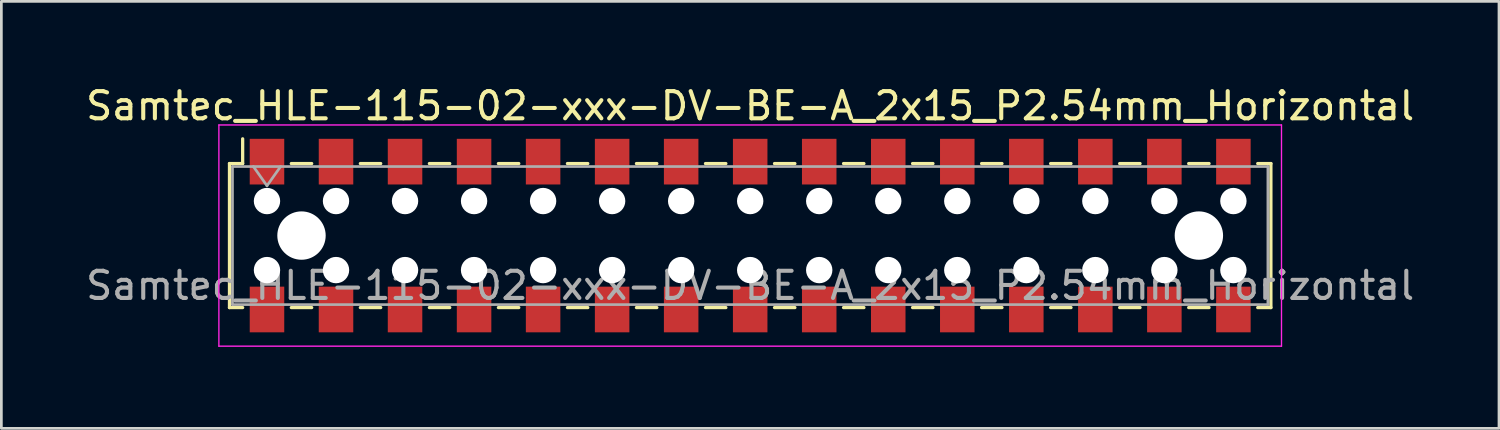
<source format=kicad_pcb>
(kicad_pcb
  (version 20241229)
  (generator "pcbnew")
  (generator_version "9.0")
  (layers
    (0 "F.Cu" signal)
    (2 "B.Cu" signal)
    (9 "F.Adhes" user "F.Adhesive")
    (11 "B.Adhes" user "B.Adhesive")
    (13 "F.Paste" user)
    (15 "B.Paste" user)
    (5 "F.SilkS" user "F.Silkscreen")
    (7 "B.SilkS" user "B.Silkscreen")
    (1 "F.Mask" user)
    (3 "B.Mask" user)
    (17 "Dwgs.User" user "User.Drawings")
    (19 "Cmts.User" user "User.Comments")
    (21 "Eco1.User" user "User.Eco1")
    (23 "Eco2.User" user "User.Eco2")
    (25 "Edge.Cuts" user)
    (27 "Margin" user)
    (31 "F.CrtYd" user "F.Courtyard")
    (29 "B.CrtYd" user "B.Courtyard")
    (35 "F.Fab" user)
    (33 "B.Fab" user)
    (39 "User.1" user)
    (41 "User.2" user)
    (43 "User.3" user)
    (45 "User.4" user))
  (footprint "Samtec_HLE-115-02-xxx-DV-BE-A_2x15_P2.54mm_Horizontal"
    (layer "F.Cu")
    (at 24.554 5.618)
    (property "Reference" "Samtec_HLE-115-02-xxx-DV-BE-A_2x15_P2.54mm_Horizontal" (at 0 -4.77 0) (layer "F.SilkS") (effects (font (size 1 1) (thickness 0.15))))
    (attr smd)
    (fp_line (start -19.16 -2.65) (end -19.16 2.65) (stroke (width 0.12) (type solid)) (layer "F.SilkS"))
    (fp_line (start -19.16 2.65) (end -18.675 2.65) (stroke (width 0.12) (type solid)) (layer "F.SilkS"))
    (fp_line (start -18.675 -3.56) (end -18.675 -2.65) (stroke (width 0.12) (type solid)) (layer "F.SilkS"))
    (fp_line (start -18.675 -2.65) (end -19.16 -2.65) (stroke (width 0.12) (type solid)) (layer "F.SilkS"))
    (fp_line (start -16.885 -2.65) (end -16.135 -2.65) (stroke (width 0.12) (type solid)) (layer "F.SilkS"))
    (fp_line (start -16.885 2.65) (end -16.135 2.65) (stroke (width 0.12) (type solid)) (layer "F.SilkS"))
    (fp_line (start -14.345 -2.65) (end -13.595 -2.65) (stroke (width 0.12) (type solid)) (layer "F.SilkS"))
    (fp_line (start -14.345 2.65) (end -13.595 2.65) (stroke (width 0.12) (type solid)) (layer "F.SilkS"))
    (fp_line (start -11.805 -2.65) (end -11.055 -2.65) (stroke (width 0.12) (type solid)) (layer "F.SilkS"))
    (fp_line (start -11.805 2.65) (end -11.055 2.65) (stroke (width 0.12) (type solid)) (layer "F.SilkS"))
    (fp_line (start -9.265 -2.65) (end -8.515 -2.65) (stroke (width 0.12) (type solid)) (layer "F.SilkS"))
    (fp_line (start -9.265 2.65) (end -8.515 2.65) (stroke (width 0.12) (type solid)) (layer "F.SilkS"))
    (fp_line (start -6.725 -2.65) (end -5.975 -2.65) (stroke (width 0.12) (type solid)) (layer "F.SilkS"))
    (fp_line (start -6.725 2.65) (end -5.975 2.65) (stroke (width 0.12) (type solid)) (layer "F.SilkS"))
    (fp_line (start -4.185 -2.65) (end -3.435 -2.65) (stroke (width 0.12) (type solid)) (layer "F.SilkS"))
    (fp_line (start -4.185 2.65) (end -3.435 2.65) (stroke (width 0.12) (type solid)) (layer "F.SilkS"))
    (fp_line (start -1.645 -2.65) (end -0.895 -2.65) (stroke (width 0.12) (type solid)) (layer "F.SilkS"))
    (fp_line (start -1.645 2.65) (end -0.895 2.65) (stroke (width 0.12) (type solid)) (layer "F.SilkS"))
    (fp_line (start 0.895 -2.65) (end 1.645 -2.65) (stroke (width 0.12) (type solid)) (layer "F.SilkS"))
    (fp_line (start 0.895 2.65) (end 1.645 2.65) (stroke (width 0.12) (type solid)) (layer "F.SilkS"))
    (fp_line (start 3.435 -2.65) (end 4.185 -2.65) (stroke (width 0.12) (type solid)) (layer "F.SilkS"))
    (fp_line (start 3.435 2.65) (end 4.185 2.65) (stroke (width 0.12) (type solid)) (layer "F.SilkS"))
    (fp_line (start 5.975 -2.65) (end 6.725 -2.65) (stroke (width 0.12) (type solid)) (layer "F.SilkS"))
    (fp_line (start 5.975 2.65) (end 6.725 2.65) (stroke (width 0.12) (type solid)) (layer "F.SilkS"))
    (fp_line (start 8.515 -2.65) (end 9.265 -2.65) (stroke (width 0.12) (type solid)) (layer "F.SilkS"))
    (fp_line (start 8.515 2.65) (end 9.265 2.65) (stroke (width 0.12) (type solid)) (layer "F.SilkS"))
    (fp_line (start 11.055 -2.65) (end 11.805 -2.65) (stroke (width 0.12) (type solid)) (layer "F.SilkS"))
    (fp_line (start 11.055 2.65) (end 11.805 2.65) (stroke (width 0.12) (type solid)) (layer "F.SilkS"))
    (fp_line (start 13.595 -2.65) (end 14.345 -2.65) (stroke (width 0.12) (type solid)) (layer "F.SilkS"))
    (fp_line (start 13.595 2.65) (end 14.345 2.65) (stroke (width 0.12) (type solid)) (layer "F.SilkS"))
    (fp_line (start 16.135 -2.65) (end 16.885 -2.65) (stroke (width 0.12) (type solid)) (layer "F.SilkS"))
    (fp_line (start 16.135 2.65) (end 16.885 2.65) (stroke (width 0.12) (type solid)) (layer "F.SilkS"))
    (fp_line (start 18.675 -2.65) (end 19.16 -2.65) (stroke (width 0.12) (type solid)) (layer "F.SilkS"))
    (fp_line (start 19.16 -2.65) (end 19.16 2.65) (stroke (width 0.12) (type solid)) (layer "F.SilkS"))
    (fp_line (start 19.16 2.65) (end 18.675 2.65) (stroke (width 0.12) (type solid)) (layer "F.SilkS"))
    (fp_line (start -19.55 -4.07) (end 19.55 -4.07) (stroke (width 0.05) (type solid)) (layer "F.CrtYd"))
    (fp_line (start -19.55 4.07) (end -19.55 -4.07) (stroke (width 0.05) (type solid)) (layer "F.CrtYd"))
    (fp_line (start 19.55 -4.07) (end 19.55 4.07) (stroke (width 0.05) (type solid)) (layer "F.CrtYd"))
    (fp_line (start 19.55 4.07) (end -19.55 4.07) (stroke (width 0.05) (type solid)) (layer "F.CrtYd"))
    (fp_line (start -19.05 -2.54) (end 19.05 -2.54) (stroke (width 0.1) (type solid)) (layer "F.Fab"))
    (fp_line (start -19.05 2.54) (end -19.05 -2.54) (stroke (width 0.1) (type solid)) (layer "F.Fab"))
    (fp_line (start -18.28 -2.54) (end -17.78 -1.833) (stroke (width 0.1) (type solid)) (layer "F.Fab"))
    (fp_line (start -17.78 -1.833) (end -17.28 -2.54) (stroke (width 0.1) (type solid)) (layer "F.Fab"))
    (fp_line (start 19.05 -2.54) (end 19.05 2.54) (stroke (width 0.1) (type solid)) (layer "F.Fab"))
    (fp_line (start 19.05 2.54) (end -19.05 2.54) (stroke (width 0.1) (type solid)) (layer "F.Fab"))
    (fp_text user "${REFERENCE}" (at 0 1.84 0) (layer "F.Fab") (effects (font (size 1 1) (thickness 0.15))))
    (pad "" np_thru_hole circle (at -17.78 -1.27) (size 0.97 0.97) (drill 0.97) (layers "*.Cu" "*.Mask"))
    (pad "" np_thru_hole circle (at -17.78 1.27) (size 0.97 0.97) (drill 0.97) (layers "*.Cu" "*.Mask"))
    (pad "" np_thru_hole circle (at -16.51 0) (size 1.78 1.78) (drill 1.78) (layers "*.Cu" "*.Mask"))
    (pad "" np_thru_hole circle (at -15.24 -1.27) (size 0.97 0.97) (drill 0.97) (layers "*.Cu" "*.Mask"))
    (pad "" np_thru_hole circle (at -15.24 1.27) (size 0.97 0.97) (drill 0.97) (layers "*.Cu" "*.Mask"))
    (pad "" np_thru_hole circle (at -12.7 -1.27) (size 0.97 0.97) (drill 0.97) (layers "*.Cu" "*.Mask"))
    (pad "" np_thru_hole circle (at -12.7 1.27) (size 0.97 0.97) (drill 0.97) (layers "*.Cu" "*.Mask"))
    (pad "" np_thru_hole circle (at -10.16 -1.27) (size 0.97 0.97) (drill 0.97) (layers "*.Cu" "*.Mask"))
    (pad "" np_thru_hole circle (at -10.16 1.27) (size 0.97 0.97) (drill 0.97) (layers "*.Cu" "*.Mask"))
    (pad "" np_thru_hole circle (at -7.62 -1.27) (size 0.97 0.97) (drill 0.97) (layers "*.Cu" "*.Mask"))
    (pad "" np_thru_hole circle (at -7.62 1.27) (size 0.97 0.97) (drill 0.97) (layers "*.Cu" "*.Mask"))
    (pad "" np_thru_hole circle (at -5.08 -1.27) (size 0.97 0.97) (drill 0.97) (layers "*.Cu" "*.Mask"))
    (pad "" np_thru_hole circle (at -5.08 1.27) (size 0.97 0.97) (drill 0.97) (layers "*.Cu" "*.Mask"))
    (pad "" np_thru_hole circle (at -2.54 -1.27) (size 0.97 0.97) (drill 0.97) (layers "*.Cu" "*.Mask"))
    (pad "" np_thru_hole circle (at -2.54 1.27) (size 0.97 0.97) (drill 0.97) (layers "*.Cu" "*.Mask"))
    (pad "" np_thru_hole circle (at 0 -1.27) (size 0.97 0.97) (drill 0.97) (layers "*.Cu" "*.Mask"))
    (pad "" np_thru_hole circle (at 0 1.27) (size 0.97 0.97) (drill 0.97) (layers "*.Cu" "*.Mask"))
    (pad "" np_thru_hole circle (at 2.54 -1.27) (size 0.97 0.97) (drill 0.97) (layers "*.Cu" "*.Mask"))
    (pad "" np_thru_hole circle (at 2.54 1.27) (size 0.97 0.97) (drill 0.97) (layers "*.Cu" "*.Mask"))
    (pad "" np_thru_hole circle (at 5.08 -1.27) (size 0.97 0.97) (drill 0.97) (layers "*.Cu" "*.Mask"))
    (pad "" np_thru_hole circle (at 5.08 1.27) (size 0.97 0.97) (drill 0.97) (layers "*.Cu" "*.Mask"))
    (pad "" np_thru_hole circle (at 7.62 -1.27) (size 0.97 0.97) (drill 0.97) (layers "*.Cu" "*.Mask"))
    (pad "" np_thru_hole circle (at 7.62 1.27) (size 0.97 0.97) (drill 0.97) (layers "*.Cu" "*.Mask"))
    (pad "" np_thru_hole circle (at 10.16 -1.27) (size 0.97 0.97) (drill 0.97) (layers "*.Cu" "*.Mask"))
    (pad "" np_thru_hole circle (at 10.16 1.27) (size 0.97 0.97) (drill 0.97) (layers "*.Cu" "*.Mask"))
    (pad "" np_thru_hole circle (at 12.7 -1.27) (size 0.97 0.97) (drill 0.97) (layers "*.Cu" "*.Mask"))
    (pad "" np_thru_hole circle (at 12.7 1.27) (size 0.97 0.97) (drill 0.97) (layers "*.Cu" "*.Mask"))
    (pad "" np_thru_hole circle (at 15.24 -1.27) (size 0.97 0.97) (drill 0.97) (layers "*.Cu" "*.Mask"))
    (pad "" np_thru_hole circle (at 15.24 1.27) (size 0.97 0.97) (drill 0.97) (layers "*.Cu" "*.Mask"))
    (pad "" np_thru_hole circle (at 16.51 0) (size 1.78 1.78) (drill 1.78) (layers "*.Cu" "*.Mask"))
    (pad "" np_thru_hole circle (at 17.78 -1.27) (size 0.97 0.97) (drill 0.97) (layers "*.Cu" "*.Mask"))
    (pad "" np_thru_hole circle (at 17.78 1.27) (size 0.97 0.97) (drill 0.97) (layers "*.Cu" "*.Mask"))
    (pad "1" smd rect (at -17.78 -2.72) (size 1.27 1.68) (layers "F.Cu" "F.Mask" "F.Paste"))
    (pad "2" smd rect (at -17.78 2.72) (size 1.27 1.68) (layers "F.Cu" "F.Mask" "F.Paste"))
    (pad "3" smd rect (at -15.24 -2.72) (size 1.27 1.68) (layers "F.Cu" "F.Mask" "F.Paste"))
    (pad "4" smd rect (at -15.24 2.72) (size 1.27 1.68) (layers "F.Cu" "F.Mask" "F.Paste"))
    (pad "5" smd rect (at -12.7 -2.72) (size 1.27 1.68) (layers "F.Cu" "F.Mask" "F.Paste"))
    (pad "6" smd rect (at -12.7 2.72) (size 1.27 1.68) (layers "F.Cu" "F.Mask" "F.Paste"))
    (pad "7" smd rect (at -10.16 -2.72) (size 1.27 1.68) (layers "F.Cu" "F.Mask" "F.Paste"))
    (pad "8" smd rect (at -10.16 2.72) (size 1.27 1.68) (layers "F.Cu" "F.Mask" "F.Paste"))
    (pad "9" smd rect (at -7.62 -2.72) (size 1.27 1.68) (layers "F.Cu" "F.Mask" "F.Paste"))
    (pad "10" smd rect (at -7.62 2.72) (size 1.27 1.68) (layers "F.Cu" "F.Mask" "F.Paste"))
    (pad "11" smd rect (at -5.08 -2.72) (size 1.27 1.68) (layers "F.Cu" "F.Mask" "F.Paste"))
    (pad "12" smd rect (at -5.08 2.72) (size 1.27 1.68) (layers "F.Cu" "F.Mask" "F.Paste"))
    (pad "13" smd rect (at -2.54 -2.72) (size 1.27 1.68) (layers "F.Cu" "F.Mask" "F.Paste"))
    (pad "14" smd rect (at -2.54 2.72) (size 1.27 1.68) (layers "F.Cu" "F.Mask" "F.Paste"))
    (pad "15" smd rect (at 0 -2.72) (size 1.27 1.68) (layers "F.Cu" "F.Mask" "F.Paste"))
    (pad "16" smd rect (at 0 2.72) (size 1.27 1.68) (layers "F.Cu" "F.Mask" "F.Paste"))
    (pad "17" smd rect (at 2.54 -2.72) (size 1.27 1.68) (layers "F.Cu" "F.Mask" "F.Paste"))
    (pad "18" smd rect (at 2.54 2.72) (size 1.27 1.68) (layers "F.Cu" "F.Mask" "F.Paste"))
    (pad "19" smd rect (at 5.08 -2.72) (size 1.27 1.68) (layers "F.Cu" "F.Mask" "F.Paste"))
    (pad "20" smd rect (at 5.08 2.72) (size 1.27 1.68) (layers "F.Cu" "F.Mask" "F.Paste"))
    (pad "21" smd rect (at 7.62 -2.72) (size 1.27 1.68) (layers "F.Cu" "F.Mask" "F.Paste"))
    (pad "22" smd rect (at 7.62 2.72) (size 1.27 1.68) (layers "F.Cu" "F.Mask" "F.Paste"))
    (pad "23" smd rect (at 10.16 -2.72) (size 1.27 1.68) (layers "F.Cu" "F.Mask" "F.Paste"))
    (pad "24" smd rect (at 10.16 2.72) (size 1.27 1.68) (layers "F.Cu" "F.Mask" "F.Paste"))
    (pad "25" smd rect (at 12.7 -2.72) (size 1.27 1.68) (layers "F.Cu" "F.Mask" "F.Paste"))
    (pad "26" smd rect (at 12.7 2.72) (size 1.27 1.68) (layers "F.Cu" "F.Mask" "F.Paste"))
    (pad "27" smd rect (at 15.24 -2.72) (size 1.27 1.68) (layers "F.Cu" "F.Mask" "F.Paste"))
    (pad "28" smd rect (at 15.24 2.72) (size 1.27 1.68) (layers "F.Cu" "F.Mask" "F.Paste"))
    (pad "29" smd rect (at 17.78 -2.72) (size 1.27 1.68) (layers "F.Cu" "F.Mask" "F.Paste"))
    (pad "30" smd rect (at 17.78 2.72) (size 1.27 1.68) (layers "F.Cu" "F.Mask" "F.Paste")))
  (gr_rect
    (start -3 -3)
    (end 52.107 12.713)
    (stroke (width 0.1) (type default))
    (fill no)
    (layer "Edge.Cuts")))
</source>
